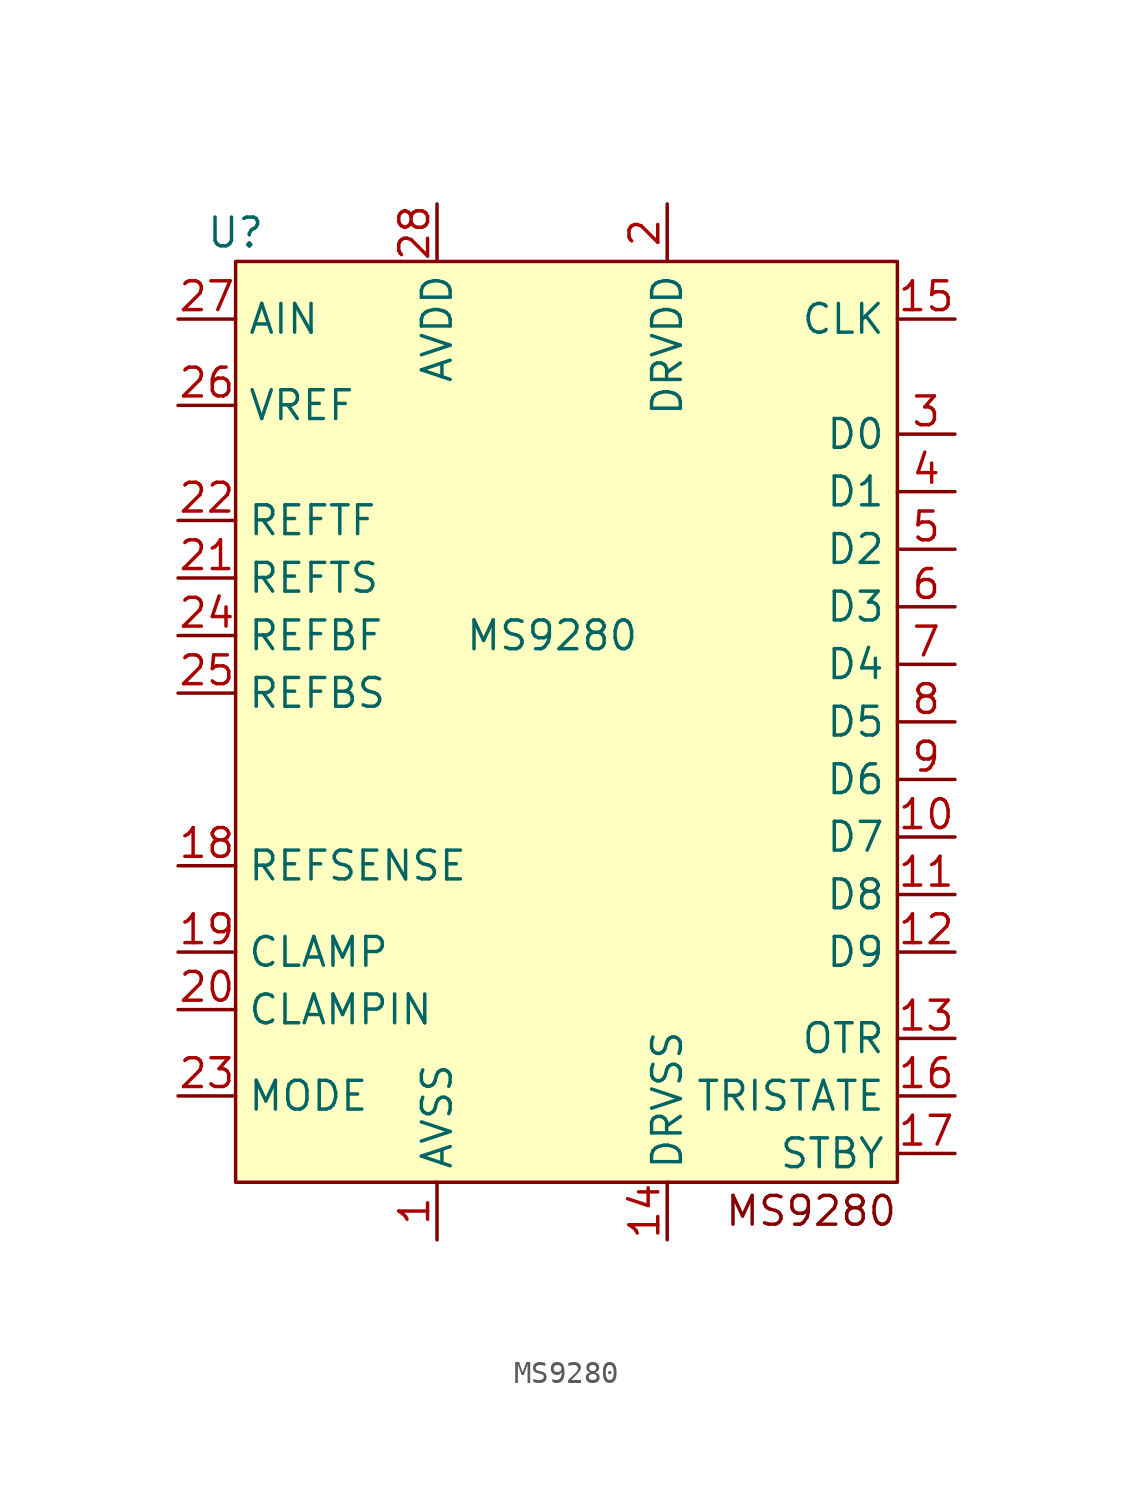
<source format=kicad_sym>
(kicad_symbol_lib
  (version 20241209)
  (generator "kicad_symbol_editor")
  (generator_version "9.0")
  (symbol "MS9280"
    (property "Reference" "U"
      (at -13.97 17.78 0)
      (effects (font (size 1.27 1.27))))
    (property "Value" "MS9280"
      (at 0 0 0)
      (effects (font (size 1.27 1.27))))
    (symbol "MS9280_1_1"
      (rectangle (start -13.97 16.51) (end 15.24 -24.13) (stroke (width 0) (type default)) (fill (type background)))
      (text "MS9280\n" (at 11.43 -25.4 0) (effects (font (size 1.27 1.27))))
      (pin input line (at -16.51 13.97 0) (length 2.54) (name "AIN" (effects (font (size 1.27 1.27)))) (number "27" (effects (font (size 1.27 1.27)))))
      (pin input line (at -16.51 10.16 0) (length 2.54) (name "VREF" (effects (font (size 1.27 1.27)))) (number "26" (effects (font (size 1.27 1.27)))))
      (pin input line (at -16.51 5.08 0) (length 2.54) (name "REFTF" (effects (font (size 1.27 1.27)))) (number "22" (effects (font (size 1.27 1.27)))))
      (pin input line (at -16.51 2.54 0) (length 2.54) (name "REFTS" (effects (font (size 1.27 1.27)))) (number "21" (effects (font (size 1.27 1.27)))))
      (pin input line (at -16.51 0 0) (length 2.54) (name "REFBF" (effects (font (size 1.27 1.27)))) (number "24" (effects (font (size 1.27 1.27)))))
      (pin input line (at -16.51 -2.54 0) (length 2.54) (name "REFBS" (effects (font (size 1.27 1.27)))) (number "25" (effects (font (size 1.27 1.27)))))
      (pin input line (at -16.51 -10.16 0) (length 2.54) (name "REFSENSE" (effects (font (size 1.27 1.27)))) (number "18" (effects (font (size 1.27 1.27)))))
      (pin input line (at -16.51 -13.97 0) (length 2.54) (name "CLAMP" (effects (font (size 1.27 1.27)))) (number "19" (effects (font (size 1.27 1.27)))))
      (pin input line (at -16.51 -16.51 0) (length 2.54) (name "CLAMPIN" (effects (font (size 1.27 1.27)))) (number "20" (effects (font (size 1.27 1.27)))))
      (pin input line (at -16.51 -20.32 0) (length 2.54) (name "MODE" (effects (font (size 1.27 1.27)))) (number "23" (effects (font (size 1.27 1.27)))))
      (pin input line (at -5.08 19.05 270) (length 2.54) (name "AVDD" (effects (font (size 1.27 1.27)))) (number "28" (effects (font (size 1.27 1.27)))))
      (pin input line (at -5.08 -26.67 90) (length 2.54) (name "AVSS" (effects (font (size 1.27 1.27)))) (number "1" (effects (font (size 1.27 1.27)))))
      (pin input line (at 5.08 19.05 270) (length 2.54) (name "DRVDD" (effects (font (size 1.27 1.27)))) (number "2" (effects (font (size 1.27 1.27)))))
      (pin input line (at 5.08 -26.67 90) (length 2.54) (name "DRVSS" (effects (font (size 1.27 1.27)))) (number "14" (effects (font (size 1.27 1.27)))))
      (pin input line (at 17.78 13.97 180) (length 2.54) (name "CLK" (effects (font (size 1.27 1.27)))) (number "15" (effects (font (size 1.27 1.27)))))
      (pin output line (at 17.78 8.89 180) (length 2.54) (name "D0" (effects (font (size 1.27 1.27)))) (number "3" (effects (font (size 1.27 1.27)))))
      (pin output line (at 17.78 6.35 180) (length 2.54) (name "D1" (effects (font (size 1.27 1.27)))) (number "4" (effects (font (size 1.27 1.27)))))
      (pin output line (at 17.78 3.81 180) (length 2.54) (name "D2" (effects (font (size 1.27 1.27)))) (number "5" (effects (font (size 1.27 1.27)))))
      (pin output line (at 17.78 1.27 180) (length 2.54) (name "D3" (effects (font (size 1.27 1.27)))) (number "6" (effects (font (size 1.27 1.27)))))
      (pin output line (at 17.78 -1.27 180) (length 2.54) (name "D4" (effects (font (size 1.27 1.27)))) (number "7" (effects (font (size 1.27 1.27)))))
      (pin output line (at 17.78 -3.81 180) (length 2.54) (name "D5" (effects (font (size 1.27 1.27)))) (number "8" (effects (font (size 1.27 1.27)))))
      (pin output line (at 17.78 -6.35 180) (length 2.54) (name "D6" (effects (font (size 1.27 1.27)))) (number "9" (effects (font (size 1.27 1.27)))))
      (pin output line (at 17.78 -8.89 180) (length 2.54) (name "D7" (effects (font (size 1.27 1.27)))) (number "10" (effects (font (size 1.27 1.27)))))
      (pin output line (at 17.78 -11.43 180) (length 2.54) (name "D8" (effects (font (size 1.27 1.27)))) (number "11" (effects (font (size 1.27 1.27)))))
      (pin output line (at 17.78 -13.97 180) (length 2.54) (name "D9" (effects (font (size 1.27 1.27)))) (number "12" (effects (font (size 1.27 1.27)))))
      (pin output line (at 17.78 -17.78 180) (length 2.54) (name "OTR" (effects (font (size 1.27 1.27)))) (number "13" (effects (font (size 1.27 1.27)))))
      (pin input line (at 17.78 -20.32 180) (length 2.54) (name "TRISTATE" (effects (font (size 1.27 1.27)))) (number "16" (effects (font (size 1.27 1.27)))))
      (pin input line (at 17.78 -22.86 180) (length 2.54) (name "STBY" (effects (font (size 1.27 1.27)))) (number "17" (effects (font (size 1.27 1.27))))))))
</source>
